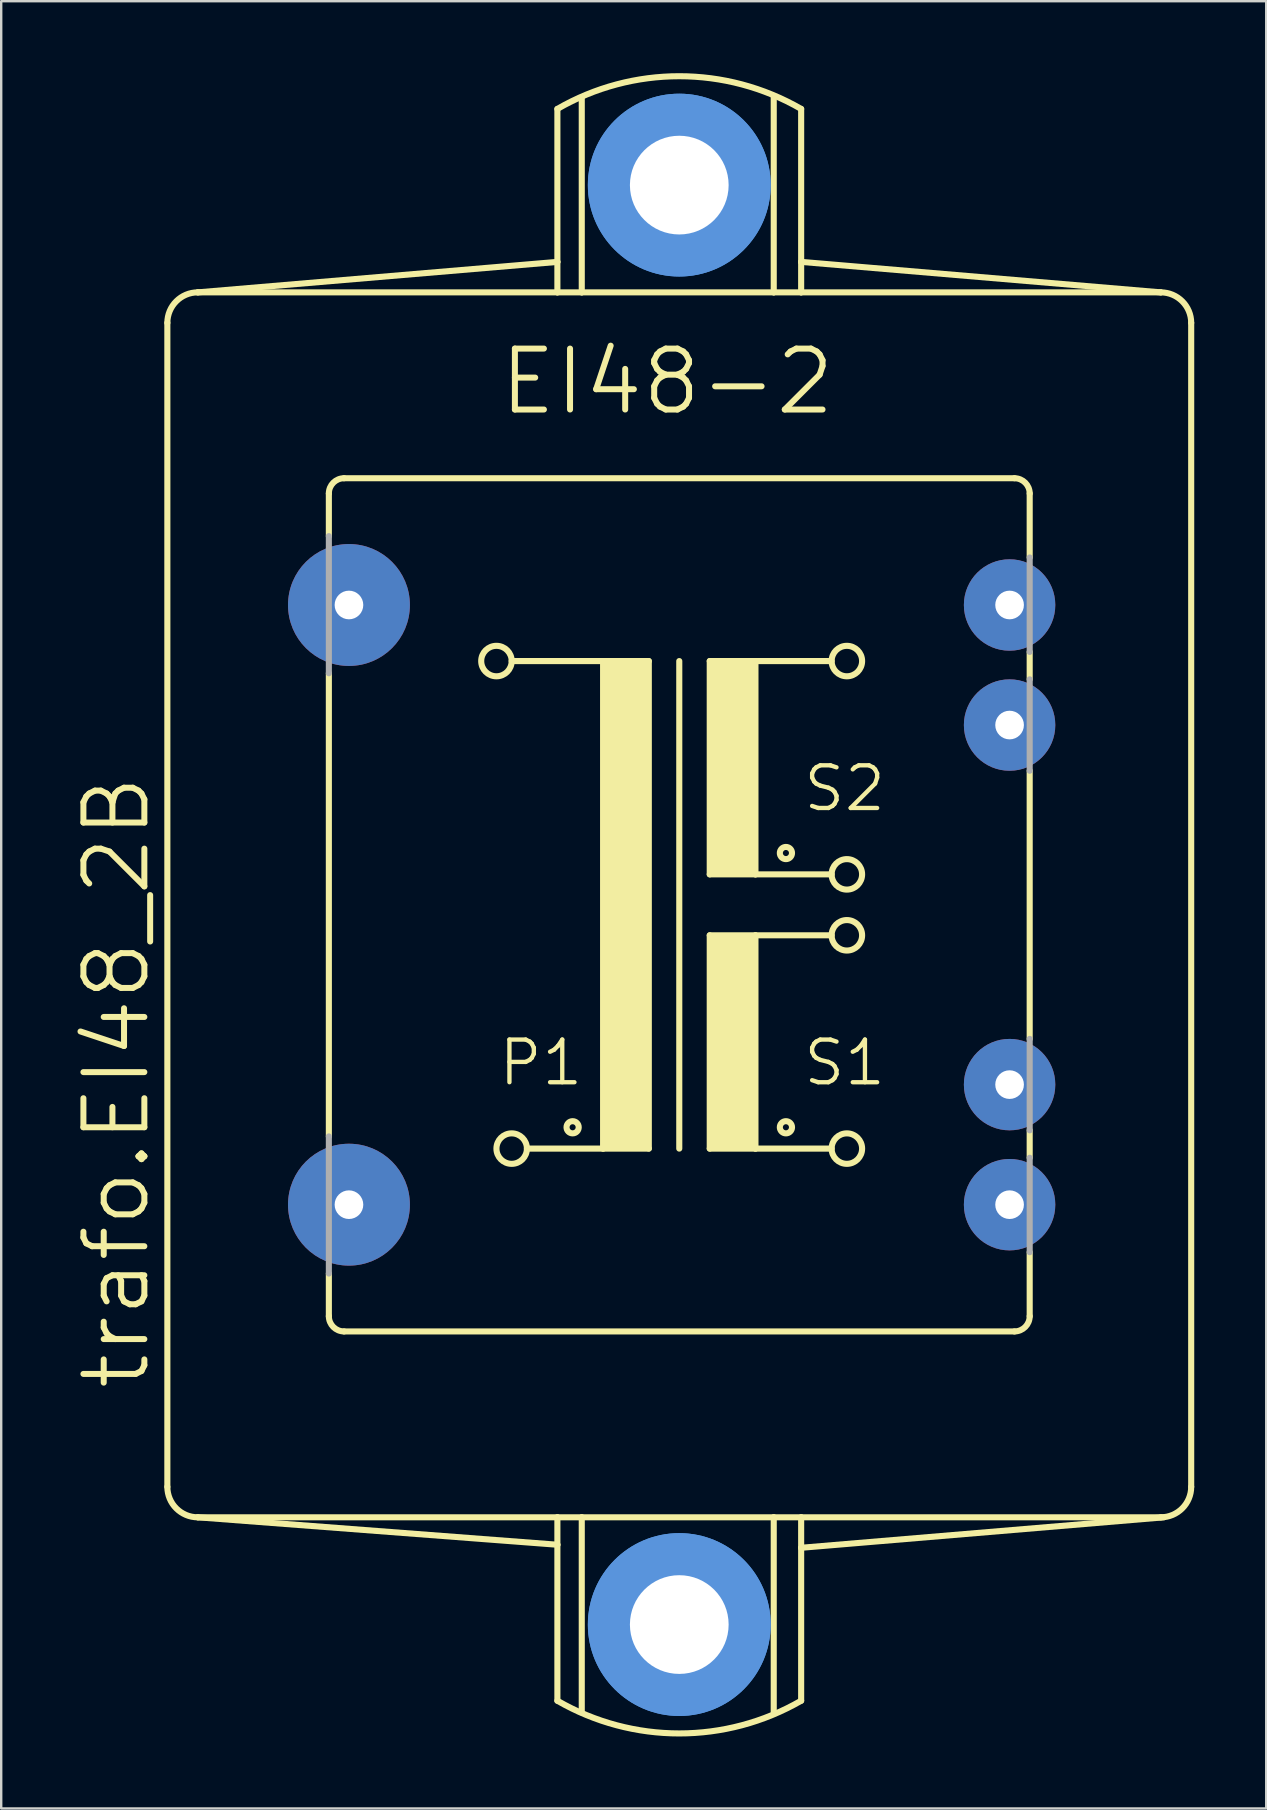
<source format=kicad_pcb>
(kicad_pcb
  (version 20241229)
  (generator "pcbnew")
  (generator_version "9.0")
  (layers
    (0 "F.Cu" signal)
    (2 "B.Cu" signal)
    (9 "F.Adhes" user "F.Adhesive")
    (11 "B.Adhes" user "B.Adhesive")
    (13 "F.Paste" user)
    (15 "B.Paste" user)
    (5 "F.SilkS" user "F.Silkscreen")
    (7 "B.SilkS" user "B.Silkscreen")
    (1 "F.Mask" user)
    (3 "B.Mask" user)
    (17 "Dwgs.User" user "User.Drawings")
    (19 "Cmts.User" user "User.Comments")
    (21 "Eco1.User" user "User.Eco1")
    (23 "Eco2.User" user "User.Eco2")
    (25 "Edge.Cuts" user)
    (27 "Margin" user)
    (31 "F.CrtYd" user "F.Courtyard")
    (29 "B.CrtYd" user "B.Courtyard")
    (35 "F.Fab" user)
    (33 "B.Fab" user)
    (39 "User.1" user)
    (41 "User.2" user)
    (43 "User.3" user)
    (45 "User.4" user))
  (footprint "trafo.EI48_2B"
    (layer "F.Cu")
    (at 25.261 34.662)
    (property "Reference" "trafo.EI48_2B" (at -21.971 20.32 90) (layer "F.SilkS") (effects (font (size 2.54 2.54) (thickness 0.25)) (justify left bottom)))
    (attr through_hole)
    (fp_line (start -21.336 24.257) (end -21.336 -24.257) (stroke (width 0.254) (type default)) (layer "F.SilkS"))
    (fp_line (start -20.066 25.527) (end -5.08 26.67) (stroke (width 0.254) (type default)) (layer "F.SilkS"))
    (fp_line (start -14.605 -17.145) (end -14.605 -15.367) (stroke (width 0.254) (type default)) (layer "F.SilkS"))
    (fp_line (start -14.605 -9.652) (end -14.605 9.652) (stroke (width 0.254) (type default)) (layer "F.SilkS"))
    (fp_line (start -14.605 17.145) (end -14.605 15.367) (stroke (width 0.254) (type default)) (layer "F.SilkS"))
    (fp_line (start -13.97 -17.78) (end 13.97 -17.78) (stroke (width 0.254) (type default)) (layer "F.SilkS"))
    (fp_line (start -13.97 17.78) (end 13.97 17.78) (stroke (width 0.254) (type default)) (layer "F.SilkS"))
    (fp_line (start -6.985 -10.16) (end -3.175 -10.16) (stroke (width 0.254) (type default)) (layer "F.SilkS"))
    (fp_line (start -5.08 -33.172) (end -5.08 -26.797) (stroke (width 0.254) (type default)) (layer "F.SilkS"))
    (fp_line (start -5.08 -26.797) (end -20.066 -25.527) (stroke (width 0.254) (type default)) (layer "F.SilkS"))
    (fp_line (start -5.08 -26.797) (end -5.08 -25.527) (stroke (width 0.254) (type default)) (layer "F.SilkS"))
    (fp_line (start -5.08 -25.527) (end -20.066 -25.527) (stroke (width 0.254) (type default)) (layer "F.SilkS"))
    (fp_line (start -5.08 25.527) (end -20.066 25.527) (stroke (width 0.254) (type default)) (layer "F.SilkS"))
    (fp_line (start -5.08 25.527) (end -5.08 26.67) (stroke (width 0.254) (type default)) (layer "F.SilkS"))
    (fp_line (start -5.08 26.67) (end -5.08 33.172) (stroke (width 0.254) (type default)) (layer "F.SilkS"))
    (fp_line (start -4.064 -25.527) (end -5.08 -25.527) (stroke (width 0.254) (type default)) (layer "F.SilkS"))
    (fp_line (start -4.064 -25.527) (end -4.064 -33.655) (stroke (width 0.254) (type default)) (layer "F.SilkS"))
    (fp_line (start -4.064 -25.527) (end 3.937 -25.527) (stroke (width 0.254) (type default)) (layer "F.SilkS"))
    (fp_line (start -4.064 25.527) (end -5.08 25.527) (stroke (width 0.254) (type default)) (layer "F.SilkS"))
    (fp_line (start -4.064 25.527) (end -4.064 33.655) (stroke (width 0.254) (type default)) (layer "F.SilkS"))
    (fp_line (start -3.175 -10.16) (end -3.175 10.16) (stroke (width 0.254) (type default)) (layer "F.SilkS"))
    (fp_line (start -3.175 -10.16) (end -1.27 -10.16) (stroke (width 0.254) (type default)) (layer "F.SilkS"))
    (fp_line (start -3.175 10.16) (end -6.35 10.16) (stroke (width 0.254) (type default)) (layer "F.SilkS"))
    (fp_line (start -1.27 -10.16) (end -1.27 10.16) (stroke (width 0.254) (type default)) (layer "F.SilkS"))
    (fp_line (start -1.27 10.16) (end -3.175 10.16) (stroke (width 0.254) (type default)) (layer "F.SilkS"))
    (fp_line (start 0 -10.16) (end 0 10.16) (stroke (width 0.254) (type default)) (layer "F.SilkS"))
    (fp_line (start 1.27 -10.16) (end 1.27 -1.27) (stroke (width 0.254) (type default)) (layer "F.SilkS"))
    (fp_line (start 1.27 -10.16) (end 3.175 -10.16) (stroke (width 0.254) (type default)) (layer "F.SilkS"))
    (fp_line (start 1.27 -1.27) (end 3.175 -1.27) (stroke (width 0.254) (type default)) (layer "F.SilkS"))
    (fp_line (start 1.27 1.27) (end 1.27 10.16) (stroke (width 0.254) (type default)) (layer "F.SilkS"))
    (fp_line (start 1.27 1.27) (end 3.175 1.27) (stroke (width 0.254) (type default)) (layer "F.SilkS"))
    (fp_line (start 1.27 10.16) (end 3.175 10.16) (stroke (width 0.254) (type default)) (layer "F.SilkS"))
    (fp_line (start 3.175 -10.16) (end 6.35 -10.16) (stroke (width 0.254) (type default)) (layer "F.SilkS"))
    (fp_line (start 3.175 -1.27) (end 3.175 -10.16) (stroke (width 0.254) (type default)) (layer "F.SilkS"))
    (fp_line (start 3.175 -1.27) (end 6.35 -1.27) (stroke (width 0.254) (type default)) (layer "F.SilkS"))
    (fp_line (start 3.175 1.27) (end 6.35 1.27) (stroke (width 0.254) (type default)) (layer "F.SilkS"))
    (fp_line (start 3.175 10.16) (end 3.175 1.27) (stroke (width 0.254) (type default)) (layer "F.SilkS"))
    (fp_line (start 3.175 10.16) (end 6.35 10.16) (stroke (width 0.254) (type default)) (layer "F.SilkS"))
    (fp_line (start 3.937 -25.527) (end 3.937 -33.655) (stroke (width 0.254) (type default)) (layer "F.SilkS"))
    (fp_line (start 3.937 -25.527) (end 5.08 -25.527) (stroke (width 0.254) (type default)) (layer "F.SilkS"))
    (fp_line (start 3.937 25.527) (end -4.064 25.527) (stroke (width 0.254) (type default)) (layer "F.SilkS"))
    (fp_line (start 3.937 25.527) (end 3.937 33.655) (stroke (width 0.254) (type default)) (layer "F.SilkS"))
    (fp_line (start 5.08 -26.797) (end 5.08 -33.172) (stroke (width 0.254) (type default)) (layer "F.SilkS"))
    (fp_line (start 5.08 -26.797) (end 20.066 -25.527) (stroke (width 0.254) (type default)) (layer "F.SilkS"))
    (fp_line (start 5.08 -25.527) (end 5.08 -26.797) (stroke (width 0.254) (type default)) (layer "F.SilkS"))
    (fp_line (start 5.08 -25.527) (end 20.066 -25.527) (stroke (width 0.254) (type default)) (layer "F.SilkS"))
    (fp_line (start 5.08 25.527) (end 3.937 25.527) (stroke (width 0.254) (type default)) (layer "F.SilkS"))
    (fp_line (start 5.08 26.797) (end 5.08 25.527) (stroke (width 0.254) (type default)) (layer "F.SilkS"))
    (fp_line (start 5.08 26.797) (end 20.193 25.527) (stroke (width 0.254) (type default)) (layer "F.SilkS"))
    (fp_line (start 5.08 33.172) (end 5.08 26.797) (stroke (width 0.254) (type default)) (layer "F.SilkS"))
    (fp_line (start 14.605 -17.145) (end 14.605 -14.478) (stroke (width 0.254) (type default)) (layer "F.SilkS"))
    (fp_line (start 14.605 -10.541) (end 14.605 -9.398) (stroke (width 0.254) (type default)) (layer "F.SilkS"))
    (fp_line (start 14.605 -5.588) (end 14.605 5.588) (stroke (width 0.254) (type default)) (layer "F.SilkS"))
    (fp_line (start 14.605 9.398) (end 14.605 10.541) (stroke (width 0.254) (type default)) (layer "F.SilkS"))
    (fp_line (start 14.605 17.145) (end 14.605 14.478) (stroke (width 0.254) (type default)) (layer "F.SilkS"))
    (fp_line (start 20.066 25.527) (end 5.08 25.527) (stroke (width 0.254) (type default)) (layer "F.SilkS"))
    (fp_line (start 21.336 -24.257) (end 21.336 24.257) (stroke (width 0.254) (type default)) (layer "F.SilkS"))
    (fp_rect (start -3.175 10.16) (end -1.27 -10.16) (stroke (width 0.05) (type default)) (fill yes) (layer "F.SilkS"))
    (fp_rect (start 1.27 -1.27) (end 3.175 -10.16) (stroke (width 0.05) (type default)) (fill yes) (layer "F.SilkS"))
    (fp_rect (start 1.27 10.16) (end 3.175 1.27) (stroke (width 0.05) (type default)) (fill yes) (layer "F.SilkS"))
    (fp_arc (start -21.336 -24.257) (mid -20.964026 -25.155026) (end -20.066 -25.527) (stroke (width 0.254) (type default)) (layer "F.SilkS"))
    (fp_arc (start -20.066 25.527) (mid -20.964026 25.155026) (end -21.336 24.257) (stroke (width 0.254) (type default)) (layer "F.SilkS"))
    (fp_arc (start -14.605 -17.145) (mid -14.419013 -17.594013) (end -13.97 -17.78) (stroke (width 0.254) (type default)) (layer "F.SilkS"))
    (fp_arc (start -13.97 17.78) (mid -14.419013 17.594013) (end -14.605 17.145) (stroke (width 0.254) (type default)) (layer "F.SilkS"))
    (fp_arc (start -5.08 -33.1724) (mid 0 -34.534979) (end 5.08 -33.1724) (stroke (width 0.254) (type default)) (layer "F.SilkS"))
    (fp_arc (start 5.08 33.1724) (mid 0 34.534979) (end -5.08 33.1724) (stroke (width 0.254) (type default)) (layer "F.SilkS"))
    (fp_arc (start 13.97 -17.78) (mid 14.419013 -17.594013) (end 14.605 -17.145) (stroke (width 0.254) (type default)) (layer "F.SilkS"))
    (fp_arc (start 14.605 17.145) (mid 14.419013 17.594013) (end 13.97 17.78) (stroke (width 0.254) (type default)) (layer "F.SilkS"))
    (fp_arc (start 20.066 -25.527) (mid 20.964026 -25.155026) (end 21.336 -24.257) (stroke (width 0.254) (type default)) (layer "F.SilkS"))
    (fp_arc (start 21.336 24.257) (mid 20.964026 25.155026) (end 20.066 25.527) (stroke (width 0.254) (type default)) (layer "F.SilkS"))
    (fp_circle (center -7.62 -10.16) (end -6.985 -10.16) (stroke (width 0.254) (type default)) (fill no) (layer "F.SilkS"))
    (fp_circle (center -6.985 10.16) (end -6.35 10.16) (stroke (width 0.254) (type default)) (fill no) (layer "F.SilkS"))
    (fp_circle (center -4.445 9.271) (end -4.191 9.271) (stroke (width 0.254) (type default)) (fill no) (layer "F.SilkS"))
    (fp_circle (center 4.445 -2.159) (end 4.699 -2.159) (stroke (width 0.254) (type default)) (fill no) (layer "F.SilkS"))
    (fp_circle (center 4.445 9.271) (end 4.699 9.271) (stroke (width 0.254) (type default)) (fill no) (layer "F.SilkS"))
    (fp_circle (center 6.985 -10.16) (end 7.62 -10.16) (stroke (width 0.254) (type default)) (fill no) (layer "F.SilkS"))
    (fp_circle (center 6.985 -1.27) (end 7.62 -1.27) (stroke (width 0.254) (type default)) (fill no) (layer "F.SilkS"))
    (fp_circle (center 6.985 1.27) (end 7.62 1.27) (stroke (width 0.254) (type default)) (fill no) (layer "F.SilkS"))
    (fp_circle (center 6.985 10.16) (end 7.62 10.16) (stroke (width 0.254) (type default)) (fill no) (layer "F.SilkS"))
    (fp_circle (center 0 -29.997) (end 2.921 -29.997) (stroke (width 1.778) (type default)) (fill no) (layer "Cmts.User"))
    (fp_circle (center 0 -29.997) (end 2.921 -29.997) (stroke (width 1.778) (type default)) (fill no) (layer "Cmts.User"))
    (fp_circle (center 0 29.997) (end 2.921 29.997) (stroke (width 1.778) (type default)) (fill no) (layer "Cmts.User"))
    (fp_circle (center 0 29.997) (end 2.921 29.997) (stroke (width 1.778) (type default)) (fill no) (layer "Cmts.User"))
    (fp_line (start -14.605 -9.652) (end -14.605 -15.367) (stroke (width 0.254) (type default)) (layer "F.Fab"))
    (fp_line (start -14.605 9.652) (end -14.605 15.367) (stroke (width 0.254) (type default)) (layer "F.Fab"))
    (fp_line (start 14.605 -10.541) (end 14.605 -14.478) (stroke (width 0.254) (type default)) (layer "F.Fab"))
    (fp_line (start 14.605 -5.588) (end 14.605 -9.398) (stroke (width 0.254) (type default)) (layer "F.Fab"))
    (fp_line (start 14.605 9.398) (end 14.605 5.588) (stroke (width 0.254) (type default)) (layer "F.Fab"))
    (fp_line (start 14.605 14.478) (end 14.605 10.541) (stroke (width 0.254) (type default)) (layer "F.Fab"))
    (fp_text user "S2" (at 5.08 -3.81 0) (layer "F.SilkS") (effects (font (size 1.778 1.778) (thickness 0.18)) (justify left bottom)))
    (fp_text user "P1" (at -7.62 7.62 0) (layer "F.SilkS") (effects (font (size 1.778 1.778) (thickness 0.18)) (justify left bottom)))
    (fp_text user "EI48-2" (at -7.62 -20.32 0) (layer "F.SilkS") (effects (font (size 2.54 2.54) (thickness 0.25)) (justify left bottom)))
    (fp_text user "S1" (at 5.08 7.62 0) (layer "F.SilkS") (effects (font (size 1.778 1.778) (thickness 0.18)) (justify left bottom)))
    (pad "" np_thru_hole circle (at 0 -29.997) (size 4.115 4.115) (drill 4.115) (layers "*.Cu" "*.Mask"))
    (pad "" np_thru_hole circle (at 0 29.997) (size 4.115 4.115) (drill 4.115) (layers "*.Cu" "*.Mask"))
    (pad "1" thru_hole circle (at -13.767 -12.497) (size 5.08 5.08) (drill 1.194) (layers "*.Cu" "*.Mask"))
    (pad "6" thru_hole circle (at -13.767 12.497) (size 5.08 5.08) (drill 1.194) (layers "*.Cu" "*.Mask"))
    (pad "7" thru_hole circle (at 13.767 12.497) (size 3.81 3.81) (drill 1.194) (layers "*.Cu" "*.Mask"))
    (pad "8" thru_hole circle (at 13.767 7.493) (size 3.81 3.81) (drill 1.194) (layers "*.Cu" "*.Mask"))
    (pad "11" thru_hole circle (at 13.767 -7.493) (size 3.81 3.81) (drill 1.194) (layers "*.Cu" "*.Mask"))
    (pad "12" thru_hole circle (at 13.767 -12.497) (size 3.81 3.81) (drill 1.194) (layers "*.Cu" "*.Mask")))
  (gr_rect
    (start -3 -3)
    (end 49.724 72.324)
    (stroke (width 0.1) (type default))
    (fill no)
    (layer "Edge.Cuts")))
</source>
